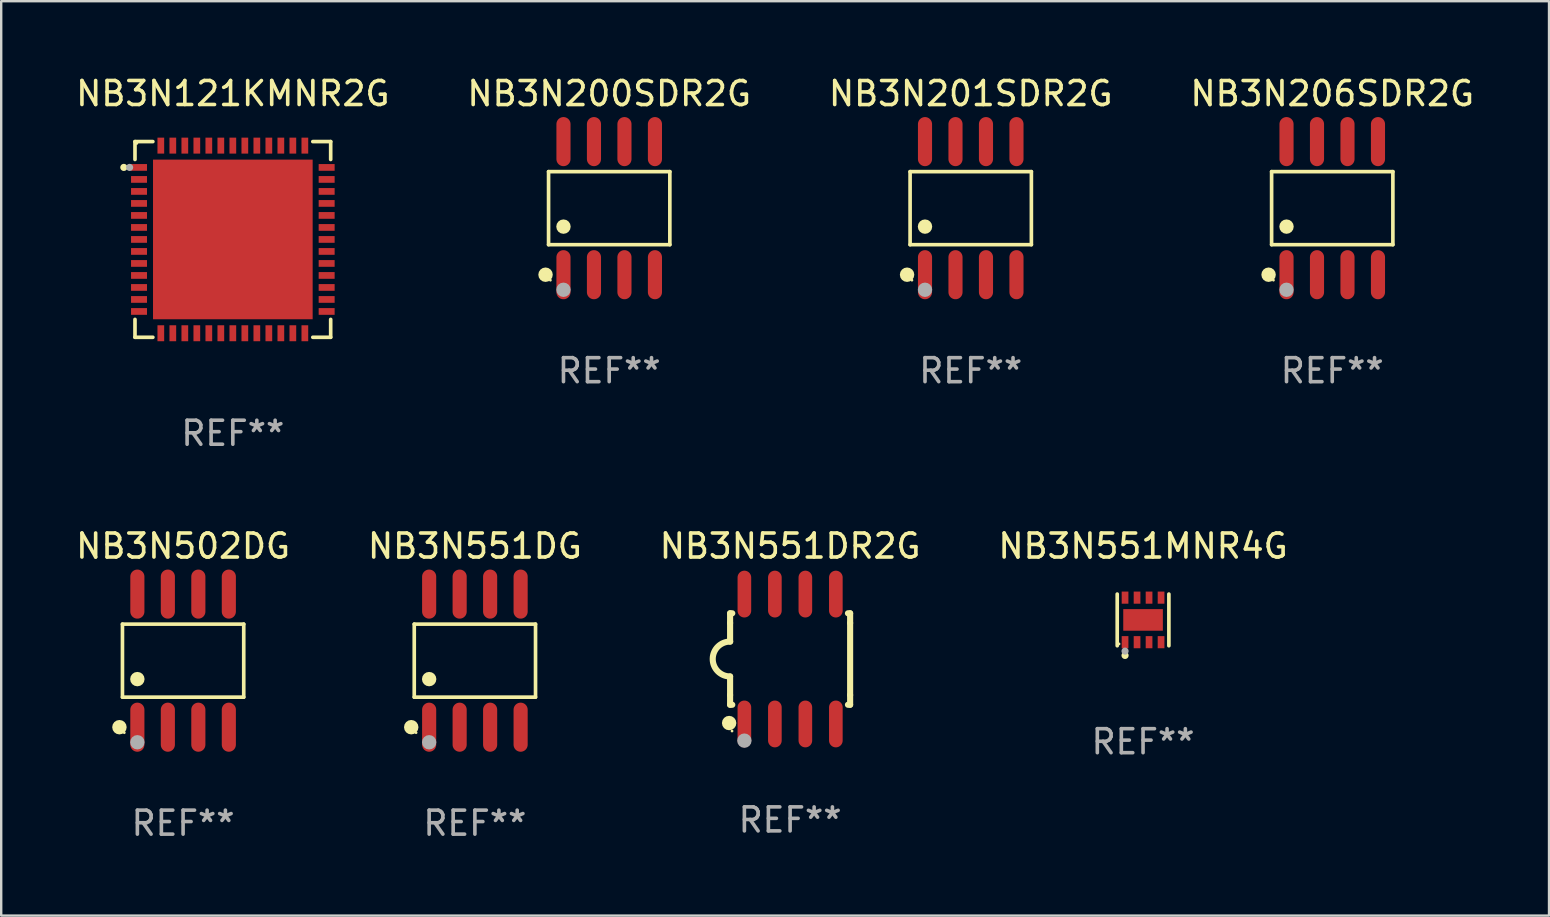
<source format=kicad_pcb>
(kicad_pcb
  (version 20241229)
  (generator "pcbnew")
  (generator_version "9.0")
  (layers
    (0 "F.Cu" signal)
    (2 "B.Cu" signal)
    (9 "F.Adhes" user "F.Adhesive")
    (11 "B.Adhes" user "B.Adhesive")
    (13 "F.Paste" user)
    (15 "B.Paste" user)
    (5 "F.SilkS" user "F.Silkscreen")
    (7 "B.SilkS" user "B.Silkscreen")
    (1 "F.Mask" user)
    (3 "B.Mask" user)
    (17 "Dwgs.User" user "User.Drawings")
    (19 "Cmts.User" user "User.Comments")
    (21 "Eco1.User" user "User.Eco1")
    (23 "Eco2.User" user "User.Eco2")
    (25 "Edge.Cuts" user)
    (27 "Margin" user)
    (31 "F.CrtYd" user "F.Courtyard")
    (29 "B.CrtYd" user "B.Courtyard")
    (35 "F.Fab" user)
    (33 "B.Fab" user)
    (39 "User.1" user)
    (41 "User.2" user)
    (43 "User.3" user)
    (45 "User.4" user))
  (footprint "NB3N551DG"
    (layer "F.Cu")
    (at 16.732 24.47)
    (property "Reference" "NB3N551DG" (at 0 -4.772 0) (layer "F.SilkS") (effects (font (size 1 1) (thickness 0.15))))
    (attr through_hole)
    (fp_line (start -2.526 -1.521) (end 2.526 -1.521) (stroke (width 0.152) (type solid)) (layer "F.SilkS"))
    (fp_line (start -2.526 1.521) (end -2.526 -1.521) (stroke (width 0.152) (type solid)) (layer "F.SilkS"))
    (fp_line (start 2.526 -1.521) (end 2.526 1.521) (stroke (width 0.152) (type solid)) (layer "F.SilkS"))
    (fp_line (start 2.526 1.521) (end -2.526 1.521) (stroke (width 0.152) (type solid)) (layer "F.SilkS"))
    (fp_circle (center -2.652 2.772) (end -2.501 2.772) (stroke (width 0.3) (type solid)) (fill no) (layer "F.SilkS"))
    (fp_circle (center -2.45 3) (end -2.42 3) (stroke (width 0.06) (type solid)) (fill no) (layer "F.SilkS"))
    (fp_circle (center -1.905 0.769) (end -1.755 0.769) (stroke (width 0.3) (type solid)) (fill no) (layer "F.SilkS"))
    (fp_circle (center -1.905 3.4) (end -1.755 3.4) (stroke (width 0.3) (type solid)) (fill no) (layer "F.Fab"))
    (fp_text user "REF**" (at 0 6.772 0) (layer "F.Fab") (effects (font (size 1 1) (thickness 0.15))))
    (pad "1" smd oval (at -1.905 2.772) (size 0.588 2.045) (layers "F.Cu" "F.Mask" "F.Paste"))
    (pad "2" smd oval (at -0.635 2.772) (size 0.588 2.045) (layers "F.Cu" "F.Mask" "F.Paste"))
    (pad "3" smd oval (at 0.635 2.772) (size 0.588 2.045) (layers "F.Cu" "F.Mask" "F.Paste"))
    (pad "4" smd oval (at 1.905 2.772) (size 0.588 2.045) (layers "F.Cu" "F.Mask" "F.Paste"))
    (pad "5" smd oval (at 1.905 -2.772) (size 0.588 2.045) (layers "F.Cu" "F.Mask" "F.Paste"))
    (pad "6" smd oval (at 0.635 -2.772) (size 0.588 2.045) (layers "F.Cu" "F.Mask" "F.Paste"))
    (pad "7" smd oval (at -0.635 -2.772) (size 0.588 2.045) (layers "F.Cu" "F.Mask" "F.Paste"))
    (pad "8" smd oval (at -1.905 -2.772) (size 0.588 2.045) (layers "F.Cu" "F.Mask" "F.Paste")))
  (footprint "NB3N551MNR4G"
    (layer "F.Cu")
    (at 44.565 22.773)
    (property "Reference" "NB3N551MNR4G" (at 0 -3.076 0) (layer "F.SilkS") (effects (font (size 1 1) (thickness 0.15))))
    (attr through_hole)
    (fp_line (start -1.076 1.076) (end -1.076 -1.076) (stroke (width 0.152) (type solid)) (layer "F.SilkS"))
    (fp_line (start 1.076 1.076) (end 1.076 -1.076) (stroke (width 0.152) (type solid)) (layer "F.SilkS"))
    (fp_circle (center -1 1) (end -0.97 1) (stroke (width 0.06) (type solid)) (fill no) (layer "F.SilkS"))
    (fp_circle (center -0.75 1.48) (end -0.675 1.48) (stroke (width 0.15) (type solid)) (fill no) (layer "F.SilkS"))
    (fp_circle (center -0.75 1.3) (end -0.675 1.3) (stroke (width 0.15) (type solid)) (fill no) (layer "F.Fab"))
    (fp_text user "REF**" (at 0 5.076 0) (layer "F.Fab") (effects (font (size 1 1) (thickness 0.15))))
    (pad "1" smd rect (at -0.75 0.928) (size 0.28 0.505) (layers "F.Cu" "F.Mask" "F.Paste"))
    (pad "2" smd rect (at -0.25 0.928) (size 0.28 0.505) (layers "F.Cu" "F.Mask" "F.Paste"))
    (pad "3" smd rect (at 0.25 0.928) (size 0.28 0.505) (layers "F.Cu" "F.Mask" "F.Paste"))
    (pad "4" smd rect (at 0.75 0.928) (size 0.28 0.505) (layers "F.Cu" "F.Mask" "F.Paste"))
    (pad "5" smd rect (at 0.75 -0.928) (size 0.28 0.505) (layers "F.Cu" "F.Mask" "F.Paste"))
    (pad "6" smd rect (at 0.25 -0.928) (size 0.28 0.505) (layers "F.Cu" "F.Mask" "F.Paste"))
    (pad "7" smd rect (at -0.25 -0.928) (size 0.28 0.505) (layers "F.Cu" "F.Mask" "F.Paste"))
    (pad "8" smd rect (at -0.75 -0.928) (size 0.28 0.505) (layers "F.Cu" "F.Mask" "F.Paste"))
    (pad "9" smd rect (at 0 0) (size 1.65 0.9) (layers "F.Cu" "F.Mask" "F.Paste")))
  (footprint "NB3N206SDR2G"
    (layer "F.Cu")
    (at 52.446 5.621)
    (property "Reference" "NB3N206SDR2G" (at 0 -4.772 0) (layer "F.SilkS") (effects (font (size 1 1) (thickness 0.15))))
    (attr through_hole)
    (fp_line (start -2.526 -1.521) (end 2.526 -1.521) (stroke (width 0.152) (type solid)) (layer "F.SilkS"))
    (fp_line (start -2.526 1.521) (end -2.526 -1.521) (stroke (width 0.152) (type solid)) (layer "F.SilkS"))
    (fp_line (start 2.526 -1.521) (end 2.526 1.521) (stroke (width 0.152) (type solid)) (layer "F.SilkS"))
    (fp_line (start 2.526 1.521) (end -2.526 1.521) (stroke (width 0.152) (type solid)) (layer "F.SilkS"))
    (fp_circle (center -2.652 2.772) (end -2.501 2.772) (stroke (width 0.3) (type solid)) (fill no) (layer "F.SilkS"))
    (fp_circle (center -2.45 3) (end -2.42 3) (stroke (width 0.06) (type solid)) (fill no) (layer "F.SilkS"))
    (fp_circle (center -1.905 0.769) (end -1.755 0.769) (stroke (width 0.3) (type solid)) (fill no) (layer "F.SilkS"))
    (fp_circle (center -1.905 3.4) (end -1.755 3.4) (stroke (width 0.3) (type solid)) (fill no) (layer "F.Fab"))
    (fp_text user "REF**" (at 0 6.772 0) (layer "F.Fab") (effects (font (size 1 1) (thickness 0.15))))
    (pad "1" smd oval (at -1.905 2.772) (size 0.588 2.045) (layers "F.Cu" "F.Mask" "F.Paste"))
    (pad "2" smd oval (at -0.635 2.772) (size 0.588 2.045) (layers "F.Cu" "F.Mask" "F.Paste"))
    (pad "3" smd oval (at 0.635 2.772) (size 0.588 2.045) (layers "F.Cu" "F.Mask" "F.Paste"))
    (pad "4" smd oval (at 1.905 2.772) (size 0.588 2.045) (layers "F.Cu" "F.Mask" "F.Paste"))
    (pad "5" smd oval (at 1.905 -2.772) (size 0.588 2.045) (layers "F.Cu" "F.Mask" "F.Paste"))
    (pad "6" smd oval (at 0.635 -2.772) (size 0.588 2.045) (layers "F.Cu" "F.Mask" "F.Paste"))
    (pad "7" smd oval (at -0.635 -2.772) (size 0.588 2.045) (layers "F.Cu" "F.Mask" "F.Paste"))
    (pad "8" smd oval (at -1.905 -2.772) (size 0.588 2.045) (layers "F.Cu" "F.Mask" "F.Paste")))
  (footprint "NB3N201SDR2G"
    (layer "F.Cu")
    (at 37.387 5.621)
    (property "Reference" "NB3N201SDR2G" (at 0 -4.772 0) (layer "F.SilkS") (effects (font (size 1 1) (thickness 0.15))))
    (attr through_hole)
    (fp_line (start -2.526 -1.521) (end 2.526 -1.521) (stroke (width 0.152) (type solid)) (layer "F.SilkS"))
    (fp_line (start -2.526 1.521) (end -2.526 -1.521) (stroke (width 0.152) (type solid)) (layer "F.SilkS"))
    (fp_line (start 2.526 -1.521) (end 2.526 1.521) (stroke (width 0.152) (type solid)) (layer "F.SilkS"))
    (fp_line (start 2.526 1.521) (end -2.526 1.521) (stroke (width 0.152) (type solid)) (layer "F.SilkS"))
    (fp_circle (center -2.652 2.772) (end -2.501 2.772) (stroke (width 0.3) (type solid)) (fill no) (layer "F.SilkS"))
    (fp_circle (center -2.45 3) (end -2.42 3) (stroke (width 0.06) (type solid)) (fill no) (layer "F.SilkS"))
    (fp_circle (center -1.905 0.769) (end -1.755 0.769) (stroke (width 0.3) (type solid)) (fill no) (layer "F.SilkS"))
    (fp_circle (center -1.905 3.4) (end -1.755 3.4) (stroke (width 0.3) (type solid)) (fill no) (layer "F.Fab"))
    (fp_text user "REF**" (at 0 6.772 0) (layer "F.Fab") (effects (font (size 1 1) (thickness 0.15))))
    (pad "1" smd oval (at -1.905 2.772) (size 0.588 2.045) (layers "F.Cu" "F.Mask" "F.Paste"))
    (pad "2" smd oval (at -0.635 2.772) (size 0.588 2.045) (layers "F.Cu" "F.Mask" "F.Paste"))
    (pad "3" smd oval (at 0.635 2.772) (size 0.588 2.045) (layers "F.Cu" "F.Mask" "F.Paste"))
    (pad "4" smd oval (at 1.905 2.772) (size 0.588 2.045) (layers "F.Cu" "F.Mask" "F.Paste"))
    (pad "5" smd oval (at 1.905 -2.772) (size 0.588 2.045) (layers "F.Cu" "F.Mask" "F.Paste"))
    (pad "6" smd oval (at 0.635 -2.772) (size 0.588 2.045) (layers "F.Cu" "F.Mask" "F.Paste"))
    (pad "7" smd oval (at -0.635 -2.772) (size 0.588 2.045) (layers "F.Cu" "F.Mask" "F.Paste"))
    (pad "8" smd oval (at -1.905 -2.772) (size 0.588 2.045) (layers "F.Cu" "F.Mask" "F.Paste")))
  (footprint "NB3N121KMNR2G"
    (layer "F.Cu")
    (at 6.649 6.924)
    (property "Reference" "NB3N121KMNR2G" (at 0 -6.076 0) (layer "F.SilkS") (effects (font (size 1 1) (thickness 0.15))))
    (attr through_hole)
    (fp_circle (center 1.397 -0.889) (end 2.883 -0.889) (stroke (width 0.254) (type solid)) (fill no) (layer "F.Cu"))
    (fp_line (start -4.076 -4.076) (end -4.076 -3.331) (stroke (width 0.152) (type solid)) (layer "F.SilkS"))
    (fp_line (start -4.076 4.076) (end -4.076 3.331) (stroke (width 0.152) (type solid)) (layer "F.SilkS"))
    (fp_line (start -3.331 -4.076) (end -4.076 -4.076) (stroke (width 0.152) (type solid)) (layer "F.SilkS"))
    (fp_line (start -3.331 4.076) (end -4.076 4.076) (stroke (width 0.152) (type solid)) (layer "F.SilkS"))
    (fp_line (start 3.331 -4.076) (end 4.076 -4.076) (stroke (width 0.152) (type solid)) (layer "F.SilkS"))
    (fp_line (start 3.331 4.076) (end 4.076 4.076) (stroke (width 0.152) (type solid)) (layer "F.SilkS"))
    (fp_line (start 4.076 -4.076) (end 4.076 -3.331) (stroke (width 0.152) (type solid)) (layer "F.SilkS"))
    (fp_line (start 4.076 4.076) (end 4.076 3.331) (stroke (width 0.152) (type solid)) (layer "F.SilkS"))
    (fp_circle (center -4.54 -3) (end -4.465 -3) (stroke (width 0.15) (type solid)) (fill no) (layer "F.SilkS"))
    (fp_circle (center -4 -4) (end -3.97 -4) (stroke (width 0.06) (type solid)) (fill no) (layer "F.SilkS"))
    (fp_circle (center -4.3 -3) (end -4.225 -3) (stroke (width 0.15) (type solid)) (fill no) (layer "F.Fab"))
    (fp_text user "REF**" (at 0 8.076 0) (layer "F.Fab") (effects (font (size 1 1) (thickness 0.15))))
    (pad "1" smd rect (at -3.908 -3) (size 0.665 0.28) (layers "F.Cu" "F.Mask" "F.Paste"))
    (pad "2" smd rect (at -3.908 -2.5) (size 0.665 0.28) (layers "F.Cu" "F.Mask" "F.Paste"))
    (pad "3" smd rect (at -3.908 -2) (size 0.665 0.28) (layers "F.Cu" "F.Mask" "F.Paste"))
    (pad "4" smd rect (at -3.908 -1.5) (size 0.665 0.28) (layers "F.Cu" "F.Mask" "F.Paste"))
    (pad "5" smd rect (at -3.908 -1) (size 0.665 0.28) (layers "F.Cu" "F.Mask" "F.Paste"))
    (pad "6" smd rect (at -3.908 -0.5) (size 0.665 0.28) (layers "F.Cu" "F.Mask" "F.Paste"))
    (pad "7" smd rect (at -3.908 0) (size 0.665 0.28) (layers "F.Cu" "F.Mask" "F.Paste"))
    (pad "8" smd rect (at -3.908 0.5) (size 0.665 0.28) (layers "F.Cu" "F.Mask" "F.Paste"))
    (pad "9" smd rect (at -3.908 1) (size 0.665 0.28) (layers "F.Cu" "F.Mask" "F.Paste"))
    (pad "10" smd rect (at -3.908 1.5) (size 0.665 0.28) (layers "F.Cu" "F.Mask" "F.Paste"))
    (pad "11" smd rect (at -3.908 2) (size 0.665 0.28) (layers "F.Cu" "F.Mask" "F.Paste"))
    (pad "12" smd rect (at -3.908 2.5) (size 0.665 0.28) (layers "F.Cu" "F.Mask" "F.Paste"))
    (pad "13" smd rect (at -3.908 3) (size 0.665 0.28) (layers "F.Cu" "F.Mask" "F.Paste"))
    (pad "14" smd rect (at -3 3.908) (size 0.28 0.665) (layers "F.Cu" "F.Mask" "F.Paste"))
    (pad "15" smd rect (at -2.5 3.908) (size 0.28 0.665) (layers "F.Cu" "F.Mask" "F.Paste"))
    (pad "16" smd rect (at -2 3.908) (size 0.28 0.665) (layers "F.Cu" "F.Mask" "F.Paste"))
    (pad "17" smd rect (at -1.5 3.908) (size 0.28 0.665) (layers "F.Cu" "F.Mask" "F.Paste"))
    (pad "18" smd rect (at -1 3.908) (size 0.28 0.665) (layers "F.Cu" "F.Mask" "F.Paste"))
    (pad "19" smd rect (at -0.5 3.908) (size 0.28 0.665) (layers "F.Cu" "F.Mask" "F.Paste"))
    (pad "20" smd rect (at 0 3.908) (size 0.28 0.665) (layers "F.Cu" "F.Mask" "F.Paste"))
    (pad "21" smd rect (at 0.5 3.908) (size 0.28 0.665) (layers "F.Cu" "F.Mask" "F.Paste"))
    (pad "22" smd rect (at 1 3.908) (size 0.28 0.665) (layers "F.Cu" "F.Mask" "F.Paste"))
    (pad "23" smd rect (at 1.5 3.908) (size 0.28 0.665) (layers "F.Cu" "F.Mask" "F.Paste"))
    (pad "24" smd rect (at 2 3.908) (size 0.28 0.665) (layers "F.Cu" "F.Mask" "F.Paste"))
    (pad "25" smd rect (at 2.5 3.908) (size 0.28 0.665) (layers "F.Cu" "F.Mask" "F.Paste"))
    (pad "26" smd rect (at 3 3.908) (size 0.28 0.665) (layers "F.Cu" "F.Mask" "F.Paste"))
    (pad "27" smd rect (at 3.908 3) (size 0.665 0.28) (layers "F.Cu" "F.Mask" "F.Paste"))
    (pad "28" smd rect (at 3.908 2.5) (size 0.665 0.28) (layers "F.Cu" "F.Mask" "F.Paste"))
    (pad "29" smd rect (at 3.908 2) (size 0.665 0.28) (layers "F.Cu" "F.Mask" "F.Paste"))
    (pad "30" smd rect (at 3.908 1.5) (size 0.665 0.28) (layers "F.Cu" "F.Mask" "F.Paste"))
    (pad "31" smd rect (at 3.908 1) (size 0.665 0.28) (layers "F.Cu" "F.Mask" "F.Paste"))
    (pad "32" smd rect (at 3.908 0.5) (size 0.665 0.28) (layers "F.Cu" "F.Mask" "F.Paste"))
    (pad "33" smd rect (at 3.908 0) (size 0.665 0.28) (layers "F.Cu" "F.Mask" "F.Paste"))
    (pad "34" smd rect (at 3.908 -0.5) (size 0.665 0.28) (layers "F.Cu" "F.Mask" "F.Paste"))
    (pad "35" smd rect (at 3.908 -1) (size 0.665 0.28) (layers "F.Cu" "F.Mask" "F.Paste"))
    (pad "36" smd rect (at 3.908 -1.5) (size 0.665 0.28) (layers "F.Cu" "F.Mask" "F.Paste"))
    (pad "37" smd rect (at 3.908 -2) (size 0.665 0.28) (layers "F.Cu" "F.Mask" "F.Paste"))
    (pad "38" smd rect (at 3.908 -2.5) (size 0.665 0.28) (layers "F.Cu" "F.Mask" "F.Paste"))
    (pad "39" smd rect (at 3.908 -3) (size 0.665 0.28) (layers "F.Cu" "F.Mask" "F.Paste"))
    (pad "40" smd rect (at 3 -3.908) (size 0.28 0.665) (layers "F.Cu" "F.Mask" "F.Paste"))
    (pad "41" smd rect (at 2.5 -3.908) (size 0.28 0.665) (layers "F.Cu" "F.Mask" "F.Paste"))
    (pad "42" smd rect (at 2 -3.908) (size 0.28 0.665) (layers "F.Cu" "F.Mask" "F.Paste"))
    (pad "43" smd rect (at 1.5 -3.908) (size 0.28 0.665) (layers "F.Cu" "F.Mask" "F.Paste"))
    (pad "44" smd rect (at 1 -3.908) (size 0.28 0.665) (layers "F.Cu" "F.Mask" "F.Paste"))
    (pad "45" smd rect (at 0.5 -3.908) (size 0.28 0.665) (layers "F.Cu" "F.Mask" "F.Paste"))
    (pad "46" smd rect (at 0 -3.908) (size 0.28 0.665) (layers "F.Cu" "F.Mask" "F.Paste"))
    (pad "47" smd rect (at -0.5 -3.908) (size 0.28 0.665) (layers "F.Cu" "F.Mask" "F.Paste"))
    (pad "48" smd rect (at -1 -3.908) (size 0.28 0.665) (layers "F.Cu" "F.Mask" "F.Paste"))
    (pad "49" smd rect (at -1.5 -3.908) (size 0.28 0.665) (layers "F.Cu" "F.Mask" "F.Paste"))
    (pad "50" smd rect (at -2 -3.908) (size 0.28 0.665) (layers "F.Cu" "F.Mask" "F.Paste"))
    (pad "51" smd rect (at -2.5 -3.908) (size 0.28 0.665) (layers "F.Cu" "F.Mask" "F.Paste"))
    (pad "52" smd rect (at -3 -3.908) (size 0.28 0.665) (layers "F.Cu" "F.Mask" "F.Paste"))
    (pad "53" smd rect (at 0 0) (size 6.65 6.65) (layers "F.Cu" "F.Mask" "F.Paste")))
  (footprint "NB3N502DG"
    (layer "F.Cu")
    (at 4.577 24.47)
    (property "Reference" "NB3N502DG" (at 0 -4.772 0) (layer "F.SilkS") (effects (font (size 1 1) (thickness 0.15))))
    (attr through_hole)
    (fp_line (start -2.526 -1.521) (end 2.526 -1.521) (stroke (width 0.152) (type solid)) (layer "F.SilkS"))
    (fp_line (start -2.526 1.521) (end -2.526 -1.521) (stroke (width 0.152) (type solid)) (layer "F.SilkS"))
    (fp_line (start 2.526 -1.521) (end 2.526 1.521) (stroke (width 0.152) (type solid)) (layer "F.SilkS"))
    (fp_line (start 2.526 1.521) (end -2.526 1.521) (stroke (width 0.152) (type solid)) (layer "F.SilkS"))
    (fp_circle (center -2.652 2.772) (end -2.501 2.772) (stroke (width 0.3) (type solid)) (fill no) (layer "F.SilkS"))
    (fp_circle (center -2.45 3) (end -2.42 3) (stroke (width 0.06) (type solid)) (fill no) (layer "F.SilkS"))
    (fp_circle (center -1.905 0.769) (end -1.755 0.769) (stroke (width 0.3) (type solid)) (fill no) (layer "F.SilkS"))
    (fp_circle (center -1.905 3.4) (end -1.755 3.4) (stroke (width 0.3) (type solid)) (fill no) (layer "F.Fab"))
    (fp_text user "REF**" (at 0 6.772 0) (layer "F.Fab") (effects (font (size 1 1) (thickness 0.15))))
    (pad "1" smd oval (at -1.905 2.772) (size 0.588 2.045) (layers "F.Cu" "F.Mask" "F.Paste"))
    (pad "2" smd oval (at -0.635 2.772) (size 0.588 2.045) (layers "F.Cu" "F.Mask" "F.Paste"))
    (pad "3" smd oval (at 0.635 2.772) (size 0.588 2.045) (layers "F.Cu" "F.Mask" "F.Paste"))
    (pad "4" smd oval (at 1.905 2.772) (size 0.588 2.045) (layers "F.Cu" "F.Mask" "F.Paste"))
    (pad "5" smd oval (at 1.905 -2.772) (size 0.588 2.045) (layers "F.Cu" "F.Mask" "F.Paste"))
    (pad "6" smd oval (at 0.635 -2.772) (size 0.588 2.045) (layers "F.Cu" "F.Mask" "F.Paste"))
    (pad "7" smd oval (at -0.635 -2.772) (size 0.588 2.045) (layers "F.Cu" "F.Mask" "F.Paste"))
    (pad "8" smd oval (at -1.905 -2.772) (size 0.588 2.045) (layers "F.Cu" "F.Mask" "F.Paste")))
  (footprint "NB3N551DR2G"
    (layer "F.Cu")
    (at 29.863 24.402)
    (property "Reference" "NB3N551DR2G" (at 0 -4.705 0) (layer "F.SilkS") (effects (font (size 1 1) (thickness 0.15))))
    (attr through_hole)
    (fp_line (start -2.5 -1.905) (end -2.409 -1.905) (stroke (width 0.254) (type solid)) (layer "F.SilkS"))
    (fp_line (start -2.5 -1.5) (end -2.5 -1.905) (stroke (width 0.254) (type solid)) (layer "F.SilkS"))
    (fp_line (start -2.5 -1.5) (end -2.5 -0.726) (stroke (width 0.254) (type solid)) (layer "F.SilkS"))
    (fp_line (start -2.5 1.5) (end -2.5 0.727) (stroke (width 0.254) (type solid)) (layer "F.SilkS"))
    (fp_line (start -2.5 1.5) (end -2.5 1.905) (stroke (width 0.254) (type solid)) (layer "F.SilkS"))
    (fp_line (start -2.5 1.905) (end -2.409 1.905) (stroke (width 0.254) (type solid)) (layer "F.SilkS"))
    (fp_line (start 2.5 -1.905) (end 2.409 -1.905) (stroke (width 0.254) (type solid)) (layer "F.SilkS"))
    (fp_line (start 2.5 -1.5) (end 2.5 -1.905) (stroke (width 0.254) (type solid)) (layer "F.SilkS"))
    (fp_line (start 2.5 -1.5) (end 2.5 1.5) (stroke (width 0.254) (type solid)) (layer "F.SilkS"))
    (fp_line (start 2.5 1.5) (end 2.5 1.905) (stroke (width 0.254) (type solid)) (layer "F.SilkS"))
    (fp_line (start 2.5 1.905) (end 2.409 1.905) (stroke (width 0.254) (type solid)) (layer "F.SilkS"))
    (fp_arc (start -2.5 0.726568) (mid -3.220316 -0.0023) (end -2.495097 -0.726289) (stroke (width 0.254001) (type solid)) (layer "F.SilkS"))
    (fp_circle (center -2.54 2.667) (end -2.39 2.667) (stroke (width 0.3) (type solid)) (fill no) (layer "F.SilkS"))
    (fp_circle (center -2.42 3) (end -2.39 3) (stroke (width 0.06) (type solid)) (fill no) (layer "F.SilkS"))
    (fp_circle (center -1.905 3.4) (end -1.755 3.4) (stroke (width 0.3) (type solid)) (fill no) (layer "F.Fab"))
    (fp_text user "REF**" (at 0 6.705 0) (layer "F.Fab") (effects (font (size 1 1) (thickness 0.15))))
    (pad "1" smd oval (at -1.905 2.705) (size 0.568 1.95) (layers "F.Cu" "F.Mask" "F.Paste"))
    (pad "2" smd oval (at -0.635 2.705) (size 0.568 1.95) (layers "F.Cu" "F.Mask" "F.Paste"))
    (pad "3" smd oval (at 0.635 2.705) (size 0.568 1.95) (layers "F.Cu" "F.Mask" "F.Paste"))
    (pad "4" smd oval (at 1.905 2.705) (size 0.568 1.95) (layers "F.Cu" "F.Mask" "F.Paste"))
    (pad "5" smd oval (at 1.905 -2.705) (size 0.568 1.95) (layers "F.Cu" "F.Mask" "F.Paste"))
    (pad "6" smd oval (at 0.635 -2.705) (size 0.568 1.95) (layers "F.Cu" "F.Mask" "F.Paste"))
    (pad "7" smd oval (at -0.635 -2.705) (size 0.568 1.95) (layers "F.Cu" "F.Mask" "F.Paste"))
    (pad "8" smd oval (at -1.905 -2.705) (size 0.568 1.95) (layers "F.Cu" "F.Mask" "F.Paste")))
  (footprint "NB3N200SDR2G"
    (layer "F.Cu")
    (at 22.327 5.621)
    (property "Reference" "NB3N200SDR2G" (at 0 -4.772 0) (layer "F.SilkS") (effects (font (size 1 1) (thickness 0.15))))
    (attr through_hole)
    (fp_line (start -2.526 -1.521) (end 2.526 -1.521) (stroke (width 0.152) (type solid)) (layer "F.SilkS"))
    (fp_line (start -2.526 1.521) (end -2.526 -1.521) (stroke (width 0.152) (type solid)) (layer "F.SilkS"))
    (fp_line (start 2.526 -1.521) (end 2.526 1.521) (stroke (width 0.152) (type solid)) (layer "F.SilkS"))
    (fp_line (start 2.526 1.521) (end -2.526 1.521) (stroke (width 0.152) (type solid)) (layer "F.SilkS"))
    (fp_circle (center -2.652 2.772) (end -2.501 2.772) (stroke (width 0.3) (type solid)) (fill no) (layer "F.SilkS"))
    (fp_circle (center -2.45 3) (end -2.42 3) (stroke (width 0.06) (type solid)) (fill no) (layer "F.SilkS"))
    (fp_circle (center -1.905 0.769) (end -1.755 0.769) (stroke (width 0.3) (type solid)) (fill no) (layer "F.SilkS"))
    (fp_circle (center -1.905 3.4) (end -1.755 3.4) (stroke (width 0.3) (type solid)) (fill no) (layer "F.Fab"))
    (fp_text user "REF**" (at 0 6.772 0) (layer "F.Fab") (effects (font (size 1 1) (thickness 0.15))))
    (pad "1" smd oval (at -1.905 2.772) (size 0.588 2.045) (layers "F.Cu" "F.Mask" "F.Paste"))
    (pad "2" smd oval (at -0.635 2.772) (size 0.588 2.045) (layers "F.Cu" "F.Mask" "F.Paste"))
    (pad "3" smd oval (at 0.635 2.772) (size 0.588 2.045) (layers "F.Cu" "F.Mask" "F.Paste"))
    (pad "4" smd oval (at 1.905 2.772) (size 0.588 2.045) (layers "F.Cu" "F.Mask" "F.Paste"))
    (pad "5" smd oval (at 1.905 -2.772) (size 0.588 2.045) (layers "F.Cu" "F.Mask" "F.Paste"))
    (pad "6" smd oval (at 0.635 -2.772) (size 0.588 2.045) (layers "F.Cu" "F.Mask" "F.Paste"))
    (pad "7" smd oval (at -0.635 -2.772) (size 0.588 2.045) (layers "F.Cu" "F.Mask" "F.Paste"))
    (pad "8" smd oval (at -1.905 -2.772) (size 0.588 2.045) (layers "F.Cu" "F.Mask" "F.Paste")))
  (gr_rect
    (start -3 -3)
    (end 61.476 35.09)
    (stroke (width 0.1) (type default))
    (fill no)
    (layer "Edge.Cuts")))
</source>
